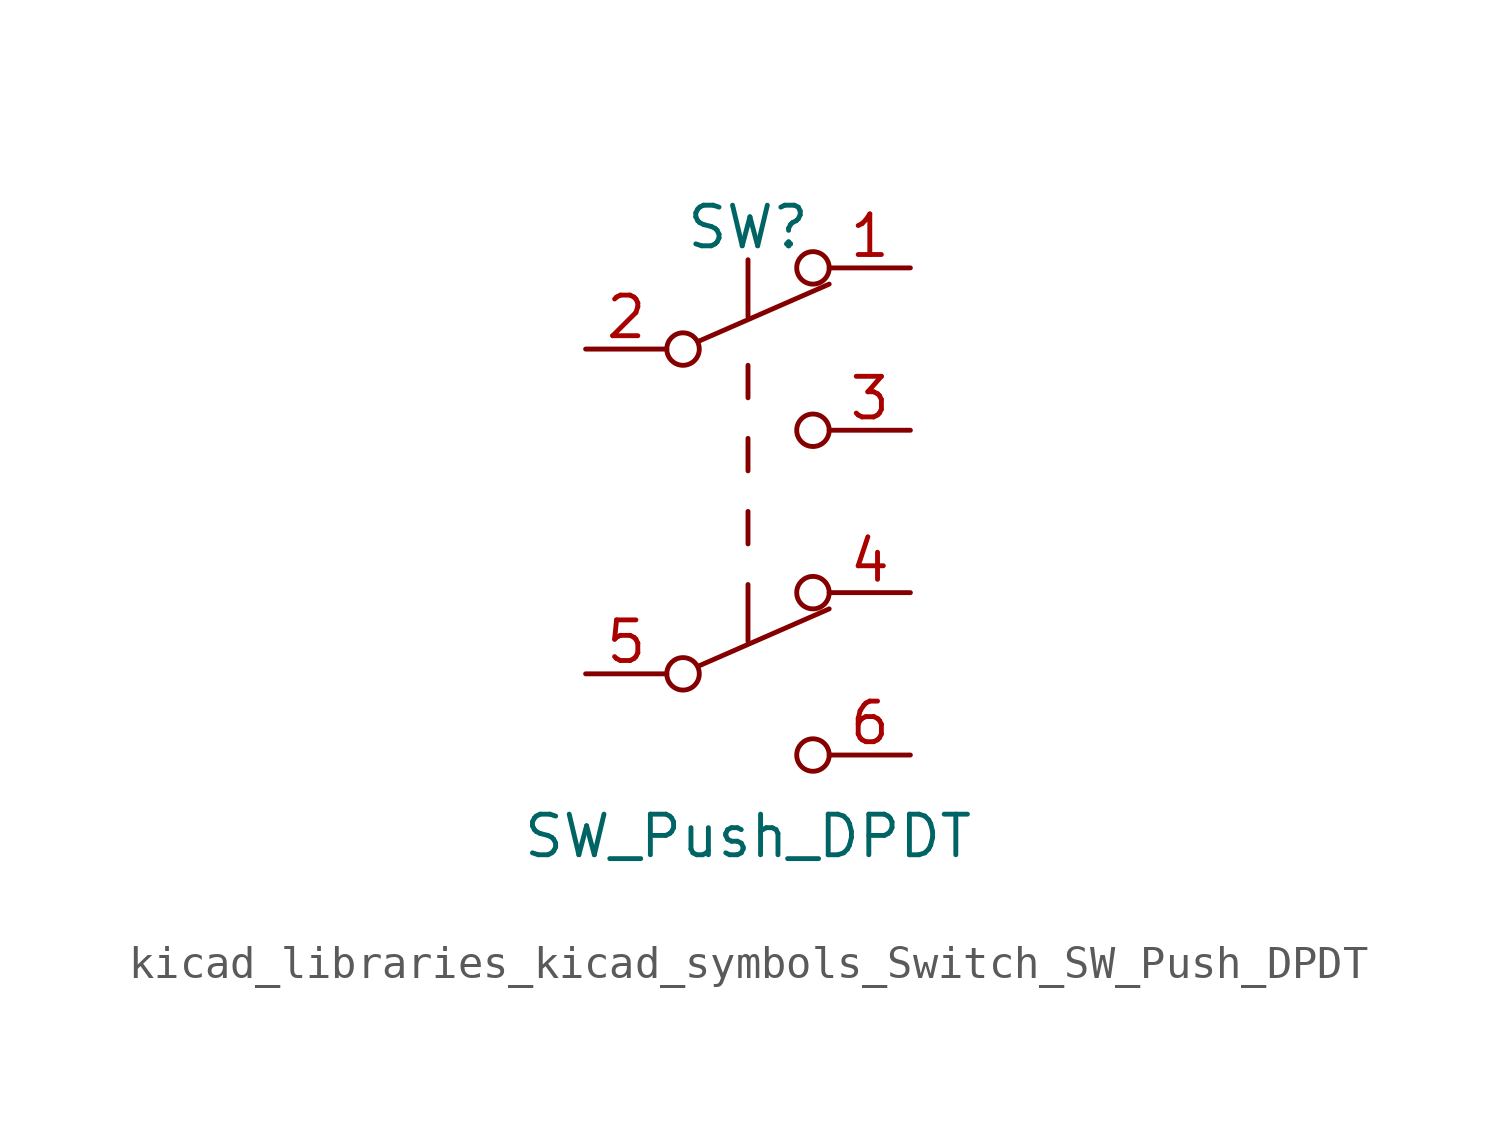
<source format=kicad_sym>
(kicad_symbol_lib
  (version 20220914)
  (generator kicad_symbol_editor)
  (symbol "kicad_libraries_kicad_symbols_Switch_SW_Push_DPDT"
    (pin_names
      (offset 0) hide)
    (property "Reference" "SW"
      (at 0 8.89 0)
      (effects (font (size 1.27 1.27))))
    (property "Value" "SW_Push_DPDT"
      (at 0 -10.16 0)
      (effects (font (size 1.27 1.27))))
    (symbol "kicad_libraries_kicad_symbols_Switch_SW_Push_DPDT_0_0"
      (circle (center -2.032 -5.08) (radius 0.508) (stroke (width 0) (type default)) (fill (type none)))
      (circle (center -2.032 5.08) (radius 0.508) (stroke (width 0) (type default)) (fill (type none)))
      (circle (center 2.032 -7.62) (radius 0.508) (stroke (width 0) (type default)) (fill (type none)))
      (circle (center 2.032 2.54) (radius 0.508) (stroke (width 0) (type default)) (fill (type none))))
    (symbol "kicad_libraries_kicad_symbols_Switch_SW_Push_DPDT_0_1"
      (polyline (pts (xy -1.524 -4.826) (xy 2.54 -3.048)) (stroke (width 0) (type default)) (fill (type none)))
      (polyline (pts (xy -1.524 5.334) (xy 2.54 7.112)) (stroke (width 0) (type default)) (fill (type none)))
      (polyline (pts (xy 0 -2.286) (xy 0 -4.064)) (stroke (width 0) (type default)) (fill (type none)))
      (polyline (pts (xy 0 -1.016) (xy 0 0)) (stroke (width 0) (type default)) (fill (type none)))
      (polyline (pts (xy 0 1.27) (xy 0 2.286)) (stroke (width 0) (type default)) (fill (type none)))
      (polyline (pts (xy 0 3.556) (xy 0 4.572)) (stroke (width 0) (type default)) (fill (type none)))
      (polyline (pts (xy 0 7.874) (xy 0 6.096)) (stroke (width 0) (type default)) (fill (type none)))
      (circle (center 2.032 -2.54) (radius 0.508) (stroke (width 0) (type default)) (fill (type none)))
      (circle (center 2.032 7.62) (radius 0.508) (stroke (width 0) (type default)) (fill (type none))))
    (symbol "kicad_libraries_kicad_symbols_Switch_SW_Push_DPDT_1_1"
      (pin passive line (at 5.08 7.62 180) (length 2.54) (name "A" (effects (font (size 1.27 1.27)))) (number "1" (effects (font (size 1.27 1.27)))))
      (pin passive line (at -5.08 5.08 0) (length 2.54) (name "B" (effects (font (size 1.27 1.27)))) (number "2" (effects (font (size 1.27 1.27)))))
      (pin passive line (at 5.08 2.54 180) (length 2.54) (name "C" (effects (font (size 1.27 1.27)))) (number "3" (effects (font (size 1.27 1.27)))))
      (pin passive line (at 5.08 -2.54 180) (length 2.54) (name "A" (effects (font (size 1.27 1.27)))) (number "4" (effects (font (size 1.27 1.27)))))
      (pin passive line (at -5.08 -5.08 0) (length 2.54) (name "B" (effects (font (size 1.27 1.27)))) (number "5" (effects (font (size 1.27 1.27)))))
      (pin passive line (at 5.08 -7.62 180) (length 2.54) (name "C" (effects (font (size 1.27 1.27)))) (number "6" (effects (font (size 1.27 1.27))))))))
</source>
